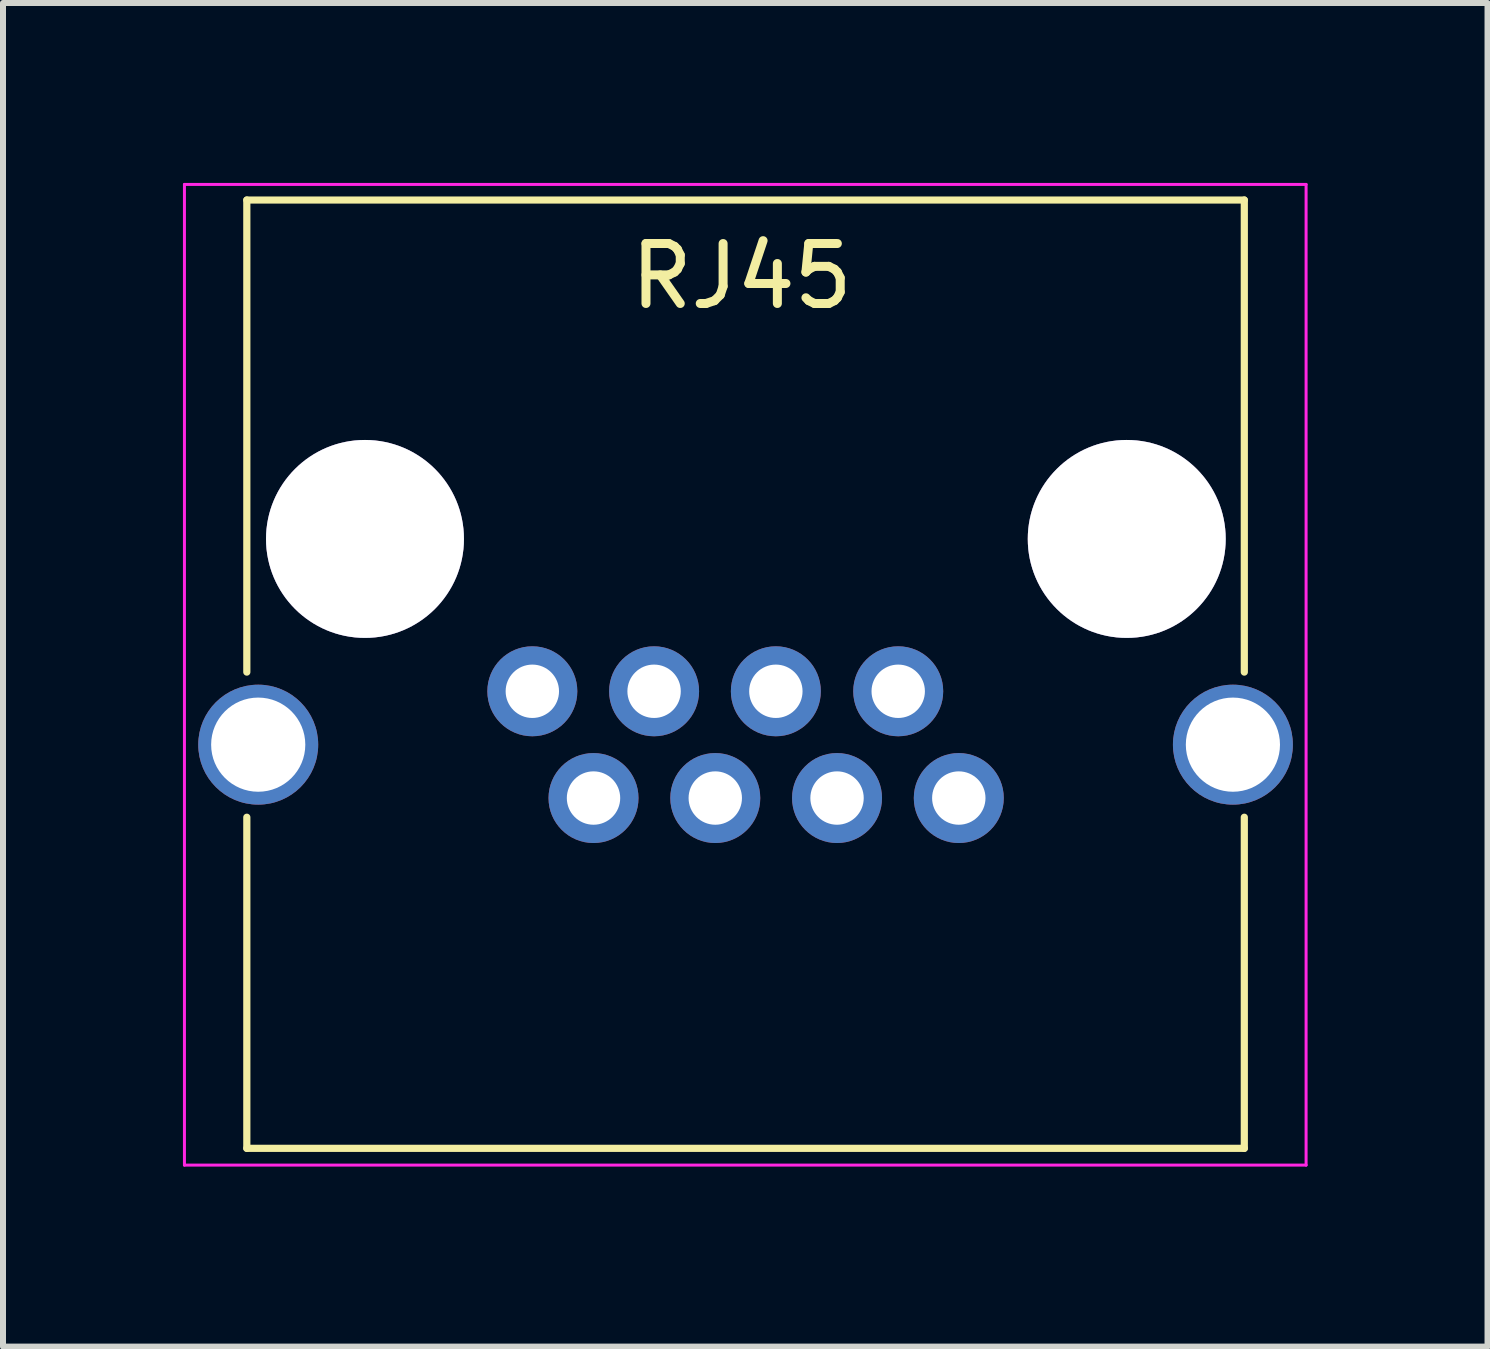
<source format=kicad_pcb>
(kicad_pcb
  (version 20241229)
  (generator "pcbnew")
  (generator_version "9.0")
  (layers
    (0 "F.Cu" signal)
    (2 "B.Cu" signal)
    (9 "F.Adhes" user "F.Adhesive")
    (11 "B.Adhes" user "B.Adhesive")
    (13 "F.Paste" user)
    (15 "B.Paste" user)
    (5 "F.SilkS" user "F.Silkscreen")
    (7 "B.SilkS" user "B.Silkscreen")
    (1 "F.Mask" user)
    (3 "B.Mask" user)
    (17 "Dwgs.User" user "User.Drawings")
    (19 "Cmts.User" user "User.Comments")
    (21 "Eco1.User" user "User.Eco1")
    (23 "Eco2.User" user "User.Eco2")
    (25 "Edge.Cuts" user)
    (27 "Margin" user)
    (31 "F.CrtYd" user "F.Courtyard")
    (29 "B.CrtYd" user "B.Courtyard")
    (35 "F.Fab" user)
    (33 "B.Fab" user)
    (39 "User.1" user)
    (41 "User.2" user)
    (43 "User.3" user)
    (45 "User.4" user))
  (footprint "RJ45"
    (layer "F.Cu")
    (at 5.825 8.475)
    (property "Reference" "RJ45" (at 3.49 -6.92 0) (layer "F.SilkS") (effects (font (size 1 1) (thickness 0.15))))
    (attr through_hole)
    (fp_line (start -4.76 -8.19) (end -4.76 -0.32) (stroke (width 0.12) (type solid)) (layer "F.SilkS"))
    (fp_line (start -4.76 7.62) (end -4.76 2.1) (stroke (width 0.12) (type solid)) (layer "F.SilkS"))
    (fp_line (start 11.87 -8.19) (end -4.76 -8.19) (stroke (width 0.12) (type solid)) (layer "F.SilkS"))
    (fp_line (start 11.87 -8.19) (end 11.87 -0.32) (stroke (width 0.12) (type solid)) (layer "F.SilkS"))
    (fp_line (start 11.87 7.62) (end -4.76 7.62) (stroke (width 0.12) (type solid)) (layer "F.SilkS"))
    (fp_line (start 11.87 7.62) (end 11.87 2.1) (stroke (width 0.12) (type solid)) (layer "F.SilkS"))
    (fp_line (start -5.8 -8.45) (end -5.8 7.9) (stroke (width 0.05) (type solid)) (layer "F.CrtYd"))
    (fp_line (start -5.8 7.9) (end 12.9 7.9) (stroke (width 0.05) (type solid)) (layer "F.CrtYd"))
    (fp_line (start 12.9 -8.45) (end -5.8 -8.45) (stroke (width 0.05) (type solid)) (layer "F.CrtYd"))
    (fp_line (start 12.9 7.9) (end 12.9 -8.45) (stroke (width 0.05) (type solid)) (layer "F.CrtYd"))
    (pad "" thru_hole circle (at -2.79 -2.54) (size 3.3 3.3) (drill 3.3) (layers "*.Cu" "*.Mask"))
    (pad "" thru_hole circle (at 9.91 -2.54) (size 3.3 3.3) (drill 3.3) (layers "*.Cu" "*.Mask"))
    (pad "1" thru_hole circle (at 0 0) (size 1.5 1.5) (drill 0.89) (layers "*.Cu" "*.Mask"))
    (pad "2" thru_hole circle (at 1.02 1.78) (size 1.5 1.5) (drill 0.89) (layers "*.Cu" "*.Mask"))
    (pad "3" thru_hole circle (at 2.03 0) (size 1.5 1.5) (drill 0.89) (layers "*.Cu" "*.Mask"))
    (pad "4" thru_hole circle (at 3.05 1.78) (size 1.5 1.5) (drill 0.89) (layers "*.Cu" "*.Mask"))
    (pad "5" thru_hole circle (at 4.06 0) (size 1.5 1.5) (drill 0.89) (layers "*.Cu" "*.Mask"))
    (pad "6" thru_hole circle (at 5.08 1.78) (size 1.5 1.5) (drill 0.89) (layers "*.Cu" "*.Mask"))
    (pad "7" thru_hole circle (at 6.1 0) (size 1.5 1.5) (drill 0.89) (layers "*.Cu" "*.Mask"))
    (pad "8" thru_hole circle (at 7.11 1.78) (size 1.5 1.5) (drill 0.89) (layers "*.Cu" "*.Mask"))
    (pad "9" thru_hole circle (at -4.57 0.89) (size 2 2) (drill 1.57) (layers "*.Cu" "*.Mask"))
    (pad "9" thru_hole circle (at 11.68 0.89) (size 2 2) (drill 1.57) (layers "*.Cu" "*.Mask")))
  (gr_rect
    (start -3 -3)
    (end 21.75 19.4)
    (stroke (width 0.1) (type default))
    (fill no)
    (layer "Edge.Cuts")))
</source>
